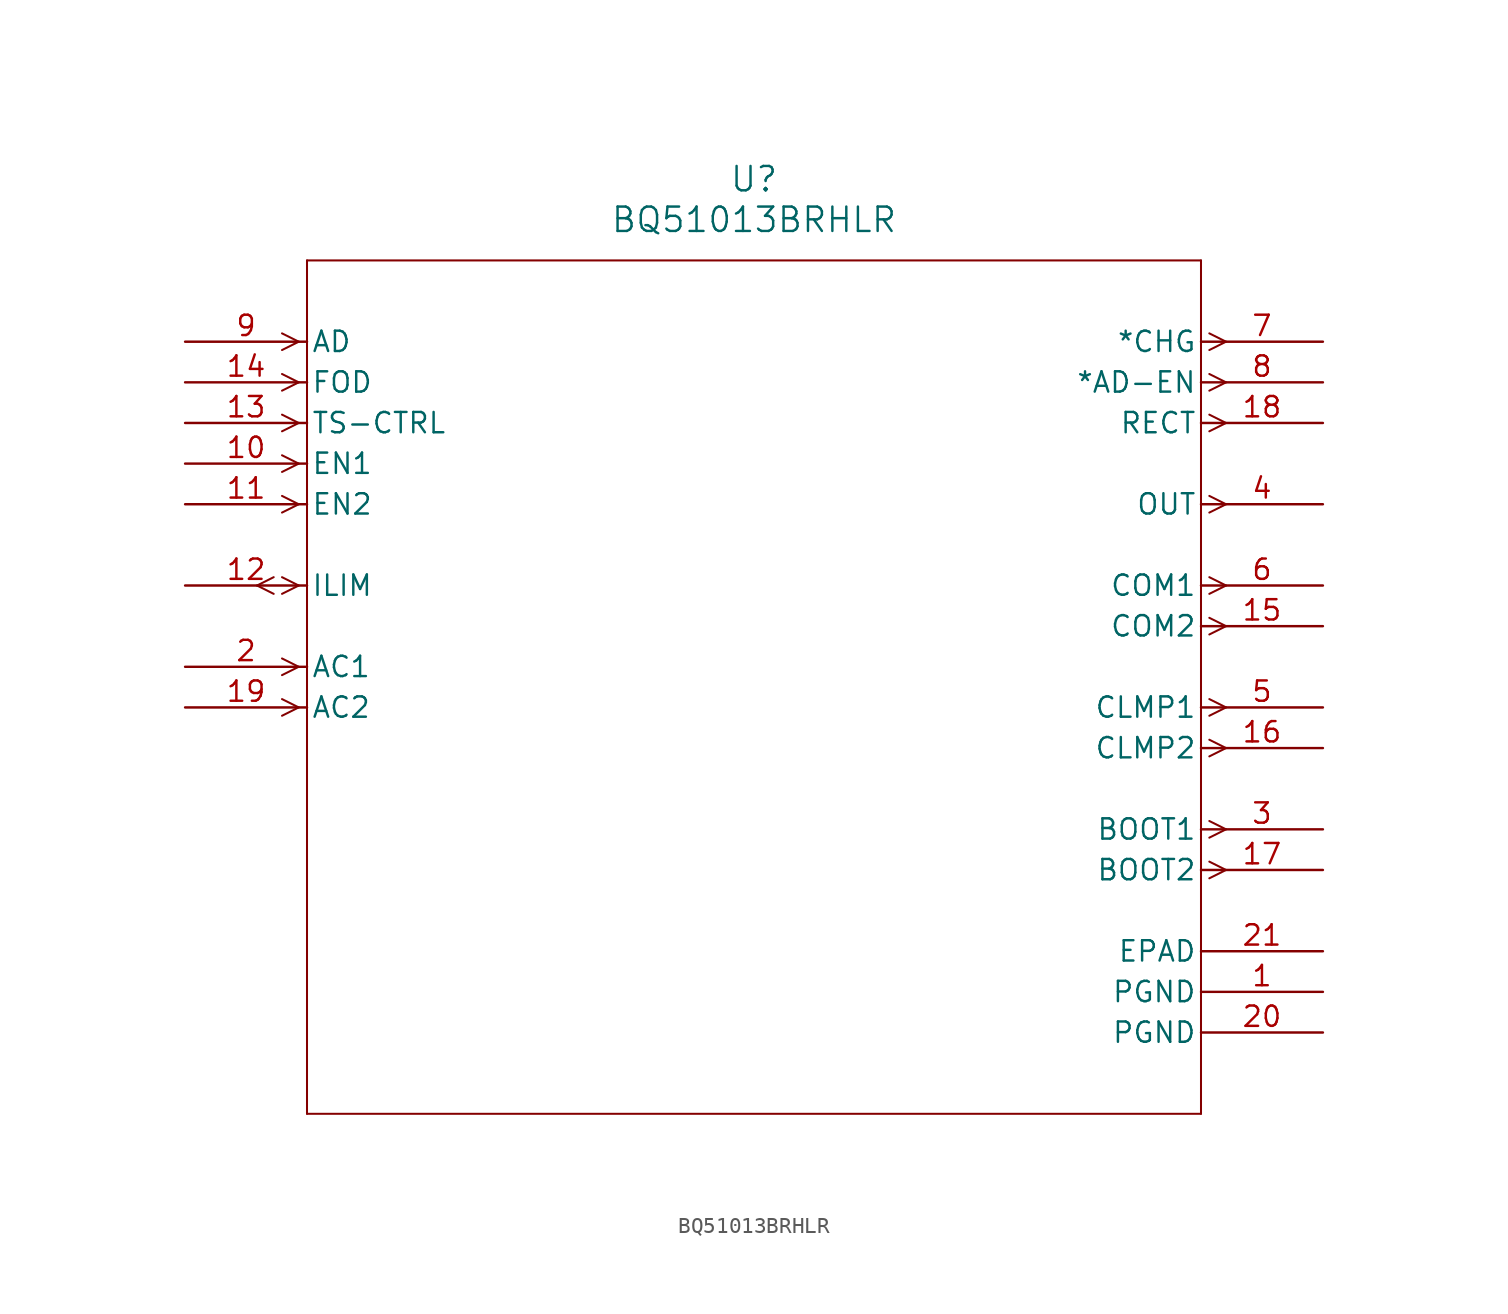
<source format=kicad_sym>
(kicad_symbol_lib
  (version 20231120)
  (generator "kicad_symbol_editor")
  (generator_version "8.0")
  (symbol "BQ51013BRHLR"
    (pin_names
      (offset 0.254))
    (property "Reference" "U"
      (at 35.56 10.16 0)
      (effects (font (size 1.524 1.524))))
    (property "Value" "BQ51013BRHLR"
      (at 35.56 7.62 0)
      (effects (font (size 1.524 1.524))))
    (property "ki_locked" ""
      (at 0 0 0)
      (effects (font (size 1.27 1.27))))
    (symbol "BQ51013BRHLR_0_1"
      (polyline (pts (xy 5.537 -15.761) (xy 4.496 -15.24)) (stroke (width 0.127) (type default)) (fill (type none)))
      (polyline (pts (xy 5.537 -14.719) (xy 4.496 -15.24)) (stroke (width 0.127) (type default)) (fill (type none)))
      (polyline (pts (xy 7.099 -22.86) (xy 6.058 -23.381)) (stroke (width 0.127) (type default)) (fill (type none)))
      (polyline (pts (xy 7.099 -22.86) (xy 6.058 -22.339)) (stroke (width 0.127) (type default)) (fill (type none)))
      (polyline (pts (xy 7.099 -20.32) (xy 6.058 -20.841)) (stroke (width 0.127) (type default)) (fill (type none)))
      (polyline (pts (xy 7.099 -20.32) (xy 6.058 -19.799)) (stroke (width 0.127) (type default)) (fill (type none)))
      (polyline (pts (xy 7.099 -15.24) (xy 6.058 -15.761)) (stroke (width 0.127) (type default)) (fill (type none)))
      (polyline (pts (xy 7.099 -15.24) (xy 6.058 -14.719)) (stroke (width 0.127) (type default)) (fill (type none)))
      (polyline (pts (xy 7.099 -10.16) (xy 6.058 -10.681)) (stroke (width 0.127) (type default)) (fill (type none)))
      (polyline (pts (xy 7.099 -10.16) (xy 6.058 -9.639)) (stroke (width 0.127) (type default)) (fill (type none)))
      (polyline (pts (xy 7.099 -7.62) (xy 6.058 -8.141)) (stroke (width 0.127) (type default)) (fill (type none)))
      (polyline (pts (xy 7.099 -7.62) (xy 6.058 -7.099)) (stroke (width 0.127) (type default)) (fill (type none)))
      (polyline (pts (xy 7.099 -5.08) (xy 6.058 -5.601)) (stroke (width 0.127) (type default)) (fill (type none)))
      (polyline (pts (xy 7.099 -5.08) (xy 6.058 -4.559)) (stroke (width 0.127) (type default)) (fill (type none)))
      (polyline (pts (xy 7.099 -2.54) (xy 6.058 -3.061)) (stroke (width 0.127) (type default)) (fill (type none)))
      (polyline (pts (xy 7.099 -2.54) (xy 6.058 -2.019)) (stroke (width 0.127) (type default)) (fill (type none)))
      (polyline (pts (xy 7.099 0) (xy 6.058 -0.521)) (stroke (width 0.127) (type default)) (fill (type none)))
      (polyline (pts (xy 7.099 0) (xy 6.058 0.521)) (stroke (width 0.127) (type default)) (fill (type none)))
      (polyline (pts (xy 7.62 -48.26) (xy 63.5 -48.26)) (stroke (width 0.127) (type default)) (fill (type none)))
      (polyline (pts (xy 7.62 5.08) (xy 7.62 -48.26)) (stroke (width 0.127) (type default)) (fill (type none)))
      (polyline (pts (xy 63.5 -48.26) (xy 63.5 5.08)) (stroke (width 0.127) (type default)) (fill (type none)))
      (polyline (pts (xy 63.5 5.08) (xy 7.62 5.08)) (stroke (width 0.127) (type default)) (fill (type none)))
      (polyline (pts (xy 64.021 -33.541) (xy 65.062 -33.02)) (stroke (width 0.127) (type default)) (fill (type none)))
      (polyline (pts (xy 64.021 -32.499) (xy 65.062 -33.02)) (stroke (width 0.127) (type default)) (fill (type none)))
      (polyline (pts (xy 64.021 -31.001) (xy 65.062 -30.48)) (stroke (width 0.127) (type default)) (fill (type none)))
      (polyline (pts (xy 64.021 -29.959) (xy 65.062 -30.48)) (stroke (width 0.127) (type default)) (fill (type none)))
      (polyline (pts (xy 64.021 -25.921) (xy 65.062 -25.4)) (stroke (width 0.127) (type default)) (fill (type none)))
      (polyline (pts (xy 64.021 -24.879) (xy 65.062 -25.4)) (stroke (width 0.127) (type default)) (fill (type none)))
      (polyline (pts (xy 64.021 -23.381) (xy 65.062 -22.86)) (stroke (width 0.127) (type default)) (fill (type none)))
      (polyline (pts (xy 64.021 -22.339) (xy 65.062 -22.86)) (stroke (width 0.127) (type default)) (fill (type none)))
      (polyline (pts (xy 64.021 -18.301) (xy 65.062 -17.78)) (stroke (width 0.127) (type default)) (fill (type none)))
      (polyline (pts (xy 64.021 -17.259) (xy 65.062 -17.78)) (stroke (width 0.127) (type default)) (fill (type none)))
      (polyline (pts (xy 64.021 -15.761) (xy 65.062 -15.24)) (stroke (width 0.127) (type default)) (fill (type none)))
      (polyline (pts (xy 64.021 -14.719) (xy 65.062 -15.24)) (stroke (width 0.127) (type default)) (fill (type none)))
      (polyline (pts (xy 64.021 -10.681) (xy 65.062 -10.16)) (stroke (width 0.127) (type default)) (fill (type none)))
      (polyline (pts (xy 64.021 -9.639) (xy 65.062 -10.16)) (stroke (width 0.127) (type default)) (fill (type none)))
      (polyline (pts (xy 64.021 -5.601) (xy 65.062 -5.08)) (stroke (width 0.127) (type default)) (fill (type none)))
      (polyline (pts (xy 64.021 -4.559) (xy 65.062 -5.08)) (stroke (width 0.127) (type default)) (fill (type none)))
      (polyline (pts (xy 64.021 -3.061) (xy 65.062 -2.54)) (stroke (width 0.127) (type default)) (fill (type none)))
      (polyline (pts (xy 64.021 -2.019) (xy 65.062 -2.54)) (stroke (width 0.127) (type default)) (fill (type none)))
      (polyline (pts (xy 64.021 -0.521) (xy 65.062 0)) (stroke (width 0.127) (type default)) (fill (type none)))
      (polyline (pts (xy 64.021 0.521) (xy 65.062 0)) (stroke (width 0.127) (type default)) (fill (type none)))
      (pin power_in line (at 71.12 -40.64 180) (length 7.62) (name "PGND" (effects (font (size 1.27 1.27)))) (number "1" (effects (font (size 1.27 1.27)))))
      (pin input line (at 0 -7.62 0) (length 7.62) (name "EN1" (effects (font (size 1.27 1.27)))) (number "10" (effects (font (size 1.27 1.27)))))
      (pin input line (at 0 -10.16 0) (length 7.62) (name "EN2" (effects (font (size 1.27 1.27)))) (number "11" (effects (font (size 1.27 1.27)))))
      (pin bidirectional line (at 0 -15.24 0) (length 7.62) (name "ILIM" (effects (font (size 1.27 1.27)))) (number "12" (effects (font (size 1.27 1.27)))))
      (pin input line (at 0 -5.08 0) (length 7.62) (name "TS-CTRL" (effects (font (size 1.27 1.27)))) (number "13" (effects (font (size 1.27 1.27)))))
      (pin input line (at 0 -2.54 0) (length 7.62) (name "FOD" (effects (font (size 1.27 1.27)))) (number "14" (effects (font (size 1.27 1.27)))))
      (pin output line (at 71.12 -17.78 180) (length 7.62) (name "COM2" (effects (font (size 1.27 1.27)))) (number "15" (effects (font (size 1.27 1.27)))))
      (pin output line (at 71.12 -25.4 180) (length 7.62) (name "CLMP2" (effects (font (size 1.27 1.27)))) (number "16" (effects (font (size 1.27 1.27)))))
      (pin output line (at 71.12 -33.02 180) (length 7.62) (name "BOOT2" (effects (font (size 1.27 1.27)))) (number "17" (effects (font (size 1.27 1.27)))))
      (pin output line (at 71.12 -5.08 180) (length 7.62) (name "RECT" (effects (font (size 1.27 1.27)))) (number "18" (effects (font (size 1.27 1.27)))))
      (pin input line (at 0 -22.86 0) (length 7.62) (name "AC2" (effects (font (size 1.27 1.27)))) (number "19" (effects (font (size 1.27 1.27)))))
      (pin input line (at 0 -20.32 0) (length 7.62) (name "AC1" (effects (font (size 1.27 1.27)))) (number "2" (effects (font (size 1.27 1.27)))))
      (pin power_in line (at 71.12 -43.18 180) (length 7.62) (name "PGND" (effects (font (size 1.27 1.27)))) (number "20" (effects (font (size 1.27 1.27)))))
      (pin unspecified line (at 71.12 -38.1 180) (length 7.62) (name "EPAD" (effects (font (size 1.27 1.27)))) (number "21" (effects (font (size 1.27 1.27)))))
      (pin output line (at 71.12 -30.48 180) (length 7.62) (name "BOOT1" (effects (font (size 1.27 1.27)))) (number "3" (effects (font (size 1.27 1.27)))))
      (pin output line (at 71.12 -10.16 180) (length 7.62) (name "OUT" (effects (font (size 1.27 1.27)))) (number "4" (effects (font (size 1.27 1.27)))))
      (pin output line (at 71.12 -22.86 180) (length 7.62) (name "CLMP1" (effects (font (size 1.27 1.27)))) (number "5" (effects (font (size 1.27 1.27)))))
      (pin output line (at 71.12 -15.24 180) (length 7.62) (name "COM1" (effects (font (size 1.27 1.27)))) (number "6" (effects (font (size 1.27 1.27)))))
      (pin output line (at 71.12 0 180) (length 7.62) (name "*CHG" (effects (font (size 1.27 1.27)))) (number "7" (effects (font (size 1.27 1.27)))))
      (pin output line (at 71.12 -2.54 180) (length 7.62) (name "*AD-EN" (effects (font (size 1.27 1.27)))) (number "8" (effects (font (size 1.27 1.27)))))
      (pin input line (at 0 0 0) (length 7.62) (name "AD" (effects (font (size 1.27 1.27)))) (number "9" (effects (font (size 1.27 1.27))))))))
</source>
